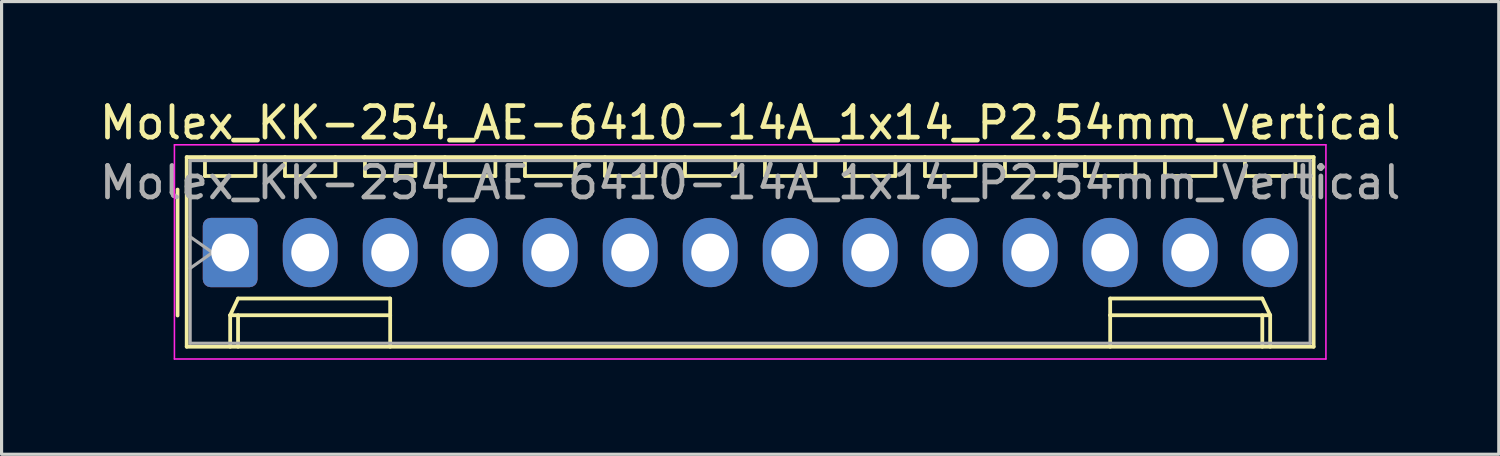
<source format=kicad_pcb>
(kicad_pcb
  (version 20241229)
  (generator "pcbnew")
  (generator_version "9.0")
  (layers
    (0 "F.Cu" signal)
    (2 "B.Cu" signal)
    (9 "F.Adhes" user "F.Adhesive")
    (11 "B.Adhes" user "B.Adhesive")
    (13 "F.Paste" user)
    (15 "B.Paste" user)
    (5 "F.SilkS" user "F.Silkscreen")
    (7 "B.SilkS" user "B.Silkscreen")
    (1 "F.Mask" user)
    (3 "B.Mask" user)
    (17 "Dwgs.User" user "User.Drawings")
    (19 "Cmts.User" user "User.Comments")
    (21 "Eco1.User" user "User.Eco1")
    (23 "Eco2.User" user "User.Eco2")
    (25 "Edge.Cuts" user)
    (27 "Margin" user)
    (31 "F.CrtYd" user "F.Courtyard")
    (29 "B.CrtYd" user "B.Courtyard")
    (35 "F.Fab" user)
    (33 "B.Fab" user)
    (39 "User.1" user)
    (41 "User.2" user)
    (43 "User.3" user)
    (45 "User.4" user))
  (footprint "Molex_KK-254_AE-6410-14A_1x14_P2.54mm_Vertical"
    (layer "F.Cu")
    (at 4.258 4.968)
    (property "Reference" "Molex_KK-254_AE-6410-14A_1x14_P2.54mm_Vertical" (at 16.51 -4.12 0) (layer "F.SilkS") (effects (font (size 1 1) (thickness 0.15))))
    (attr through_hole)
    (fp_line (start -1.67 -2) (end -1.67 2) (stroke (width 0.12) (type solid)) (layer "F.SilkS"))
    (fp_line (start -1.38 -3.03) (end -1.38 2.99) (stroke (width 0.12) (type solid)) (layer "F.SilkS"))
    (fp_line (start -1.38 2.99) (end 34.4 2.99) (stroke (width 0.12) (type solid)) (layer "F.SilkS"))
    (fp_line (start -0.8 -3.03) (end -0.8 -2.43) (stroke (width 0.12) (type solid)) (layer "F.SilkS"))
    (fp_line (start -0.8 -2.43) (end 0.8 -2.43) (stroke (width 0.12) (type solid)) (layer "F.SilkS"))
    (fp_line (start 0 1.99) (end 0.25 1.46) (stroke (width 0.12) (type solid)) (layer "F.SilkS"))
    (fp_line (start 0 1.99) (end 5.08 1.99) (stroke (width 0.12) (type solid)) (layer "F.SilkS"))
    (fp_line (start 0 2.99) (end 0 1.99) (stroke (width 0.12) (type solid)) (layer "F.SilkS"))
    (fp_line (start 0.25 1.46) (end 5.08 1.46) (stroke (width 0.12) (type solid)) (layer "F.SilkS"))
    (fp_line (start 0.25 2.99) (end 0.25 1.99) (stroke (width 0.12) (type solid)) (layer "F.SilkS"))
    (fp_line (start 0.8 -2.43) (end 0.8 -3.03) (stroke (width 0.12) (type solid)) (layer "F.SilkS"))
    (fp_line (start 1.74 -3.03) (end 1.74 -2.43) (stroke (width 0.12) (type solid)) (layer "F.SilkS"))
    (fp_line (start 1.74 -2.43) (end 3.34 -2.43) (stroke (width 0.12) (type solid)) (layer "F.SilkS"))
    (fp_line (start 3.34 -2.43) (end 3.34 -3.03) (stroke (width 0.12) (type solid)) (layer "F.SilkS"))
    (fp_line (start 4.28 -3.03) (end 4.28 -2.43) (stroke (width 0.12) (type solid)) (layer "F.SilkS"))
    (fp_line (start 4.28 -2.43) (end 5.88 -2.43) (stroke (width 0.12) (type solid)) (layer "F.SilkS"))
    (fp_line (start 5.08 1.46) (end 5.08 1.99) (stroke (width 0.12) (type solid)) (layer "F.SilkS"))
    (fp_line (start 5.08 1.99) (end 5.08 2.99) (stroke (width 0.12) (type solid)) (layer "F.SilkS"))
    (fp_line (start 5.88 -2.43) (end 5.88 -3.03) (stroke (width 0.12) (type solid)) (layer "F.SilkS"))
    (fp_line (start 6.82 -3.03) (end 6.82 -2.43) (stroke (width 0.12) (type solid)) (layer "F.SilkS"))
    (fp_line (start 6.82 -2.43) (end 8.42 -2.43) (stroke (width 0.12) (type solid)) (layer "F.SilkS"))
    (fp_line (start 8.42 -2.43) (end 8.42 -3.03) (stroke (width 0.12) (type solid)) (layer "F.SilkS"))
    (fp_line (start 9.36 -3.03) (end 9.36 -2.43) (stroke (width 0.12) (type solid)) (layer "F.SilkS"))
    (fp_line (start 9.36 -2.43) (end 10.96 -2.43) (stroke (width 0.12) (type solid)) (layer "F.SilkS"))
    (fp_line (start 10.96 -2.43) (end 10.96 -3.03) (stroke (width 0.12) (type solid)) (layer "F.SilkS"))
    (fp_line (start 11.9 -3.03) (end 11.9 -2.43) (stroke (width 0.12) (type solid)) (layer "F.SilkS"))
    (fp_line (start 11.9 -2.43) (end 13.5 -2.43) (stroke (width 0.12) (type solid)) (layer "F.SilkS"))
    (fp_line (start 13.5 -2.43) (end 13.5 -3.03) (stroke (width 0.12) (type solid)) (layer "F.SilkS"))
    (fp_line (start 14.44 -3.03) (end 14.44 -2.43) (stroke (width 0.12) (type solid)) (layer "F.SilkS"))
    (fp_line (start 14.44 -2.43) (end 16.04 -2.43) (stroke (width 0.12) (type solid)) (layer "F.SilkS"))
    (fp_line (start 16.04 -2.43) (end 16.04 -3.03) (stroke (width 0.12) (type solid)) (layer "F.SilkS"))
    (fp_line (start 16.98 -3.03) (end 16.98 -2.43) (stroke (width 0.12) (type solid)) (layer "F.SilkS"))
    (fp_line (start 16.98 -2.43) (end 18.58 -2.43) (stroke (width 0.12) (type solid)) (layer "F.SilkS"))
    (fp_line (start 18.58 -2.43) (end 18.58 -3.03) (stroke (width 0.12) (type solid)) (layer "F.SilkS"))
    (fp_line (start 19.52 -3.03) (end 19.52 -2.43) (stroke (width 0.12) (type solid)) (layer "F.SilkS"))
    (fp_line (start 19.52 -2.43) (end 21.12 -2.43) (stroke (width 0.12) (type solid)) (layer "F.SilkS"))
    (fp_line (start 21.12 -2.43) (end 21.12 -3.03) (stroke (width 0.12) (type solid)) (layer "F.SilkS"))
    (fp_line (start 22.06 -3.03) (end 22.06 -2.43) (stroke (width 0.12) (type solid)) (layer "F.SilkS"))
    (fp_line (start 22.06 -2.43) (end 23.66 -2.43) (stroke (width 0.12) (type solid)) (layer "F.SilkS"))
    (fp_line (start 23.66 -2.43) (end 23.66 -3.03) (stroke (width 0.12) (type solid)) (layer "F.SilkS"))
    (fp_line (start 24.6 -3.03) (end 24.6 -2.43) (stroke (width 0.12) (type solid)) (layer "F.SilkS"))
    (fp_line (start 24.6 -2.43) (end 26.2 -2.43) (stroke (width 0.12) (type solid)) (layer "F.SilkS"))
    (fp_line (start 26.2 -2.43) (end 26.2 -3.03) (stroke (width 0.12) (type solid)) (layer "F.SilkS"))
    (fp_line (start 27.14 -3.03) (end 27.14 -2.43) (stroke (width 0.12) (type solid)) (layer "F.SilkS"))
    (fp_line (start 27.14 -2.43) (end 28.74 -2.43) (stroke (width 0.12) (type solid)) (layer "F.SilkS"))
    (fp_line (start 27.94 1.46) (end 27.94 1.99) (stroke (width 0.12) (type solid)) (layer "F.SilkS"))
    (fp_line (start 27.94 1.99) (end 27.94 2.99) (stroke (width 0.12) (type solid)) (layer "F.SilkS"))
    (fp_line (start 28.74 -2.43) (end 28.74 -3.03) (stroke (width 0.12) (type solid)) (layer "F.SilkS"))
    (fp_line (start 29.68 -3.03) (end 29.68 -2.43) (stroke (width 0.12) (type solid)) (layer "F.SilkS"))
    (fp_line (start 29.68 -2.43) (end 31.28 -2.43) (stroke (width 0.12) (type solid)) (layer "F.SilkS"))
    (fp_line (start 31.28 -2.43) (end 31.28 -3.03) (stroke (width 0.12) (type solid)) (layer "F.SilkS"))
    (fp_line (start 32.22 -3.03) (end 32.22 -2.43) (stroke (width 0.12) (type solid)) (layer "F.SilkS"))
    (fp_line (start 32.22 -2.43) (end 33.82 -2.43) (stroke (width 0.12) (type solid)) (layer "F.SilkS"))
    (fp_line (start 32.77 1.46) (end 27.94 1.46) (stroke (width 0.12) (type solid)) (layer "F.SilkS"))
    (fp_line (start 32.77 2.99) (end 32.77 1.99) (stroke (width 0.12) (type solid)) (layer "F.SilkS"))
    (fp_line (start 33.02 1.99) (end 27.94 1.99) (stroke (width 0.12) (type solid)) (layer "F.SilkS"))
    (fp_line (start 33.02 1.99) (end 32.77 1.46) (stroke (width 0.12) (type solid)) (layer "F.SilkS"))
    (fp_line (start 33.02 2.99) (end 33.02 1.99) (stroke (width 0.12) (type solid)) (layer "F.SilkS"))
    (fp_line (start 33.82 -2.43) (end 33.82 -3.03) (stroke (width 0.12) (type solid)) (layer "F.SilkS"))
    (fp_line (start 34.4 -3.03) (end -1.38 -3.03) (stroke (width 0.12) (type solid)) (layer "F.SilkS"))
    (fp_line (start 34.4 2.99) (end 34.4 -3.03) (stroke (width 0.12) (type solid)) (layer "F.SilkS"))
    (fp_line (start -1.77 -3.42) (end -1.77 3.38) (stroke (width 0.05) (type solid)) (layer "F.CrtYd"))
    (fp_line (start -1.77 3.38) (end 34.79 3.38) (stroke (width 0.05) (type solid)) (layer "F.CrtYd"))
    (fp_line (start 34.79 -3.42) (end -1.77 -3.42) (stroke (width 0.05) (type solid)) (layer "F.CrtYd"))
    (fp_line (start 34.79 3.38) (end 34.79 -3.42) (stroke (width 0.05) (type solid)) (layer "F.CrtYd"))
    (fp_line (start -1.27 -2.92) (end -1.27 2.88) (stroke (width 0.1) (type solid)) (layer "F.Fab"))
    (fp_line (start -1.27 -0.5) (end -0.563 0) (stroke (width 0.1) (type solid)) (layer "F.Fab"))
    (fp_line (start -1.27 2.88) (end 34.29 2.88) (stroke (width 0.1) (type solid)) (layer "F.Fab"))
    (fp_line (start -0.563 0) (end -1.27 0.5) (stroke (width 0.1) (type solid)) (layer "F.Fab"))
    (fp_line (start 34.29 -2.92) (end -1.27 -2.92) (stroke (width 0.1) (type solid)) (layer "F.Fab"))
    (fp_line (start 34.29 2.88) (end 34.29 -2.92) (stroke (width 0.1) (type solid)) (layer "F.Fab"))
    (fp_text user "${REFERENCE}" (at 16.51 -2.22 0) (layer "F.Fab") (effects (font (size 1 1) (thickness 0.15))))
    (pad "1" thru_hole roundrect (at 0 0) (size 1.74 2.2) (drill 1.2) (layers "*.Cu" "*.Mask") (roundrect_rratio 0.144))
    (pad "2" thru_hole oval (at 2.54 0) (size 1.74 2.2) (drill 1.2) (layers "*.Cu" "*.Mask"))
    (pad "3" thru_hole oval (at 5.08 0) (size 1.74 2.2) (drill 1.2) (layers "*.Cu" "*.Mask"))
    (pad "4" thru_hole oval (at 7.62 0) (size 1.74 2.2) (drill 1.2) (layers "*.Cu" "*.Mask"))
    (pad "5" thru_hole oval (at 10.16 0) (size 1.74 2.2) (drill 1.2) (layers "*.Cu" "*.Mask"))
    (pad "6" thru_hole oval (at 12.7 0) (size 1.74 2.2) (drill 1.2) (layers "*.Cu" "*.Mask"))
    (pad "7" thru_hole oval (at 15.24 0) (size 1.74 2.2) (drill 1.2) (layers "*.Cu" "*.Mask"))
    (pad "8" thru_hole oval (at 17.78 0) (size 1.74 2.2) (drill 1.2) (layers "*.Cu" "*.Mask"))
    (pad "9" thru_hole oval (at 20.32 0) (size 1.74 2.2) (drill 1.2) (layers "*.Cu" "*.Mask"))
    (pad "10" thru_hole oval (at 22.86 0) (size 1.74 2.2) (drill 1.2) (layers "*.Cu" "*.Mask"))
    (pad "11" thru_hole oval (at 25.4 0) (size 1.74 2.2) (drill 1.2) (layers "*.Cu" "*.Mask"))
    (pad "12" thru_hole oval (at 27.94 0) (size 1.74 2.2) (drill 1.2) (layers "*.Cu" "*.Mask"))
    (pad "13" thru_hole oval (at 30.48 0) (size 1.74 2.2) (drill 1.2) (layers "*.Cu" "*.Mask"))
    (pad "14" thru_hole oval (at 33.02 0) (size 1.74 2.2) (drill 1.2) (layers "*.Cu" "*.Mask")))
  (gr_rect
    (start -3 -3)
    (end 44.536 11.373)
    (stroke (width 0.1) (type default))
    (fill no)
    (layer "Edge.Cuts")))
</source>
